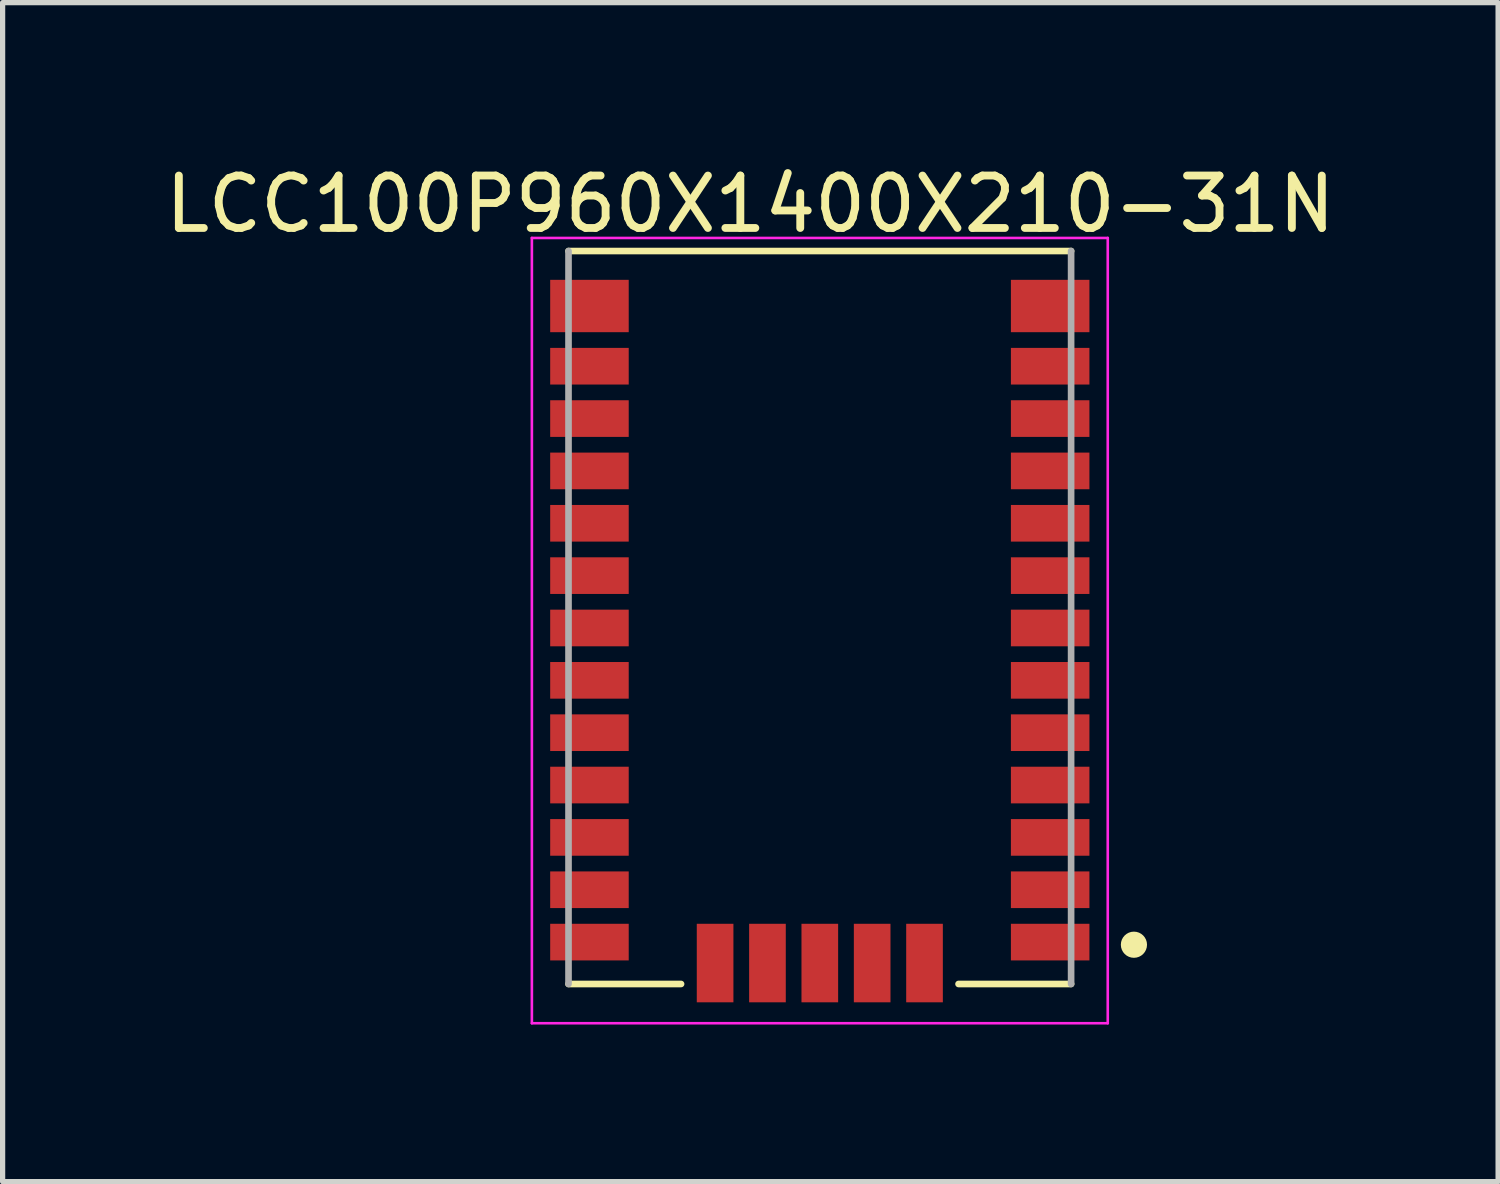
<source format=kicad_pcb>
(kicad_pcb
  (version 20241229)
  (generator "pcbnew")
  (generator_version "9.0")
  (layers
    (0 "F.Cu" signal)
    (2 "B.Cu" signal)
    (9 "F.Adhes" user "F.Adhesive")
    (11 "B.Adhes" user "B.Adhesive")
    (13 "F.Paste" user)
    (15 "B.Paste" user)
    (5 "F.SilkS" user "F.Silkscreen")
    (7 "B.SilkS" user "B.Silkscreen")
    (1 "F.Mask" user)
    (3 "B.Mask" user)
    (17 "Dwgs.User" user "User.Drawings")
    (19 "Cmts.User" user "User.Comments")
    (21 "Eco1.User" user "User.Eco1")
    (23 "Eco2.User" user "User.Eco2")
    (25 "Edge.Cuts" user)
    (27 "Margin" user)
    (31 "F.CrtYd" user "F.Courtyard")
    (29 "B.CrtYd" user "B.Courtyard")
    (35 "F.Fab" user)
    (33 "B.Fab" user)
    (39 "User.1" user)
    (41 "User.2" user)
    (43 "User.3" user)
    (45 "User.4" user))
  (footprint "LCC100P960X1400X210-31N"
    (layer "F.Cu")
    (at 12.609 8.745)
    (property "Reference" "LCC100P960X1400X210-31N" (at -1.327 -7.896 0) (layer "F.SilkS") (effects (font (size 1.001 1.001) (thickness 0.15))))
    (attr smd)
    (fp_line (start -4.8 -7) (end 4.8 -7) (stroke (width 0.127) (type solid)) (layer "F.SilkS"))
    (fp_line (start -2.65 7) (end -4.8 7) (stroke (width 0.127) (type solid)) (layer "F.SilkS"))
    (fp_line (start 4.8 7) (end 2.65 7) (stroke (width 0.127) (type solid)) (layer "F.SilkS"))
    (fp_circle (center 6 6.25) (end 6.25 6.25) (stroke (width 0) (type solid)) (fill yes) (layer "F.SilkS"))
    (fp_line (start -5.5 -7.25) (end 5.5 -7.25) (stroke (width 0.05) (type solid)) (layer "F.CrtYd"))
    (fp_line (start -5.5 7.75) (end -5.5 -7.25) (stroke (width 0.05) (type solid)) (layer "F.CrtYd"))
    (fp_line (start 5.5 -7.25) (end 5.5 7.75) (stroke (width 0.05) (type solid)) (layer "F.CrtYd"))
    (fp_line (start 5.5 7.75) (end -5.5 7.75) (stroke (width 0.05) (type solid)) (layer "F.CrtYd"))
    (fp_line (start -4.8 7) (end -4.8 -7) (stroke (width 0.127) (type solid)) (layer "F.Fab"))
    (fp_line (start 4.8 -7) (end 4.8 7) (stroke (width 0.127) (type solid)) (layer "F.Fab"))
    (pad "1" smd rect (at 4.4 6.2) (size 1.5 0.7) (layers "F.Cu" "F.Mask" "F.Paste"))
    (pad "2" smd rect (at 4.4 5.2) (size 1.5 0.7) (layers "F.Cu" "F.Mask" "F.Paste"))
    (pad "3" smd rect (at 4.4 4.2) (size 1.5 0.7) (layers "F.Cu" "F.Mask" "F.Paste"))
    (pad "4" smd rect (at 4.4 3.2) (size 1.5 0.7) (layers "F.Cu" "F.Mask" "F.Paste"))
    (pad "5" smd rect (at 4.4 2.2) (size 1.5 0.7) (layers "F.Cu" "F.Mask" "F.Paste"))
    (pad "6" smd rect (at 4.4 1.2) (size 1.5 0.7) (layers "F.Cu" "F.Mask" "F.Paste"))
    (pad "7" smd rect (at 4.4 0.2) (size 1.5 0.7) (layers "F.Cu" "F.Mask" "F.Paste"))
    (pad "8" smd rect (at 4.4 -0.8) (size 1.5 0.7) (layers "F.Cu" "F.Mask" "F.Paste"))
    (pad "9" smd rect (at 4.4 -1.8) (size 1.5 0.7) (layers "F.Cu" "F.Mask" "F.Paste"))
    (pad "10" smd rect (at 4.4 -2.8) (size 1.5 0.7) (layers "F.Cu" "F.Mask" "F.Paste"))
    (pad "11" smd rect (at 4.4 -3.8) (size 1.5 0.7) (layers "F.Cu" "F.Mask" "F.Paste"))
    (pad "12" smd rect (at 4.4 -4.8) (size 1.5 0.7) (layers "F.Cu" "F.Mask" "F.Paste"))
    (pad "13" smd rect (at 4.4 -5.95) (size 1.5 1) (layers "F.Cu" "F.Mask" "F.Paste"))
    (pad "14" smd rect (at -4.4 -5.95) (size 1.5 1) (layers "F.Cu" "F.Mask" "F.Paste"))
    (pad "15" smd rect (at -4.4 -4.8) (size 1.5 0.7) (layers "F.Cu" "F.Mask" "F.Paste"))
    (pad "16" smd rect (at -4.4 -3.8) (size 1.5 0.7) (layers "F.Cu" "F.Mask" "F.Paste"))
    (pad "17" smd rect (at -4.4 -2.8) (size 1.5 0.7) (layers "F.Cu" "F.Mask" "F.Paste"))
    (pad "18" smd rect (at -4.4 -1.8) (size 1.5 0.7) (layers "F.Cu" "F.Mask" "F.Paste"))
    (pad "19" smd rect (at -4.4 -0.8) (size 1.5 0.7) (layers "F.Cu" "F.Mask" "F.Paste"))
    (pad "20" smd rect (at -4.4 0.2) (size 1.5 0.7) (layers "F.Cu" "F.Mask" "F.Paste"))
    (pad "21" smd rect (at -4.4 1.2) (size 1.5 0.7) (layers "F.Cu" "F.Mask" "F.Paste"))
    (pad "22" smd rect (at -4.4 2.2) (size 1.5 0.7) (layers "F.Cu" "F.Mask" "F.Paste"))
    (pad "23" smd rect (at -4.4 3.2) (size 1.5 0.7) (layers "F.Cu" "F.Mask" "F.Paste"))
    (pad "24" smd rect (at -4.4 4.2) (size 1.5 0.7) (layers "F.Cu" "F.Mask" "F.Paste"))
    (pad "25" smd rect (at -4.4 5.2) (size 1.5 0.7) (layers "F.Cu" "F.Mask" "F.Paste"))
    (pad "26" smd rect (at -4.4 6.2) (size 1.5 0.7) (layers "F.Cu" "F.Mask" "F.Paste"))
    (pad "27" smd rect (at -2 6.6) (size 0.7 1.5) (layers "F.Cu" "F.Mask" "F.Paste"))
    (pad "28" smd rect (at -1 6.6) (size 0.7 1.5) (layers "F.Cu" "F.Mask" "F.Paste"))
    (pad "29" smd rect (at 0 6.6) (size 0.7 1.5) (layers "F.Cu" "F.Mask" "F.Paste"))
    (pad "30" smd rect (at 1 6.6) (size 0.7 1.5) (layers "F.Cu" "F.Mask" "F.Paste"))
    (pad "31" smd rect (at 2 6.6) (size 0.7 1.5) (layers "F.Cu" "F.Mask" "F.Paste"))
    (zone (net_name "") (layer "F.Cu") (hatch full 0.508) (connect_pads) (min_thickness 0.01) (filled_areas_thickness no) (keepout (tracks not_allowed) (vias not_allowed) (pads not_allowed) (copperpour not_allowed) (footprints allowed)) (placement (enabled no)) (fill) (polygon (pts (xy 9.008 1.742) (xy 16.207 1.742) (xy 16.207 6.545) (xy 9.008 6.545)))))
  (gr_rect
    (start -3 -3)
    (end 25.565 19.52)
    (stroke (width 0.1) (type default))
    (fill no)
    (layer "Edge.Cuts")))
</source>
